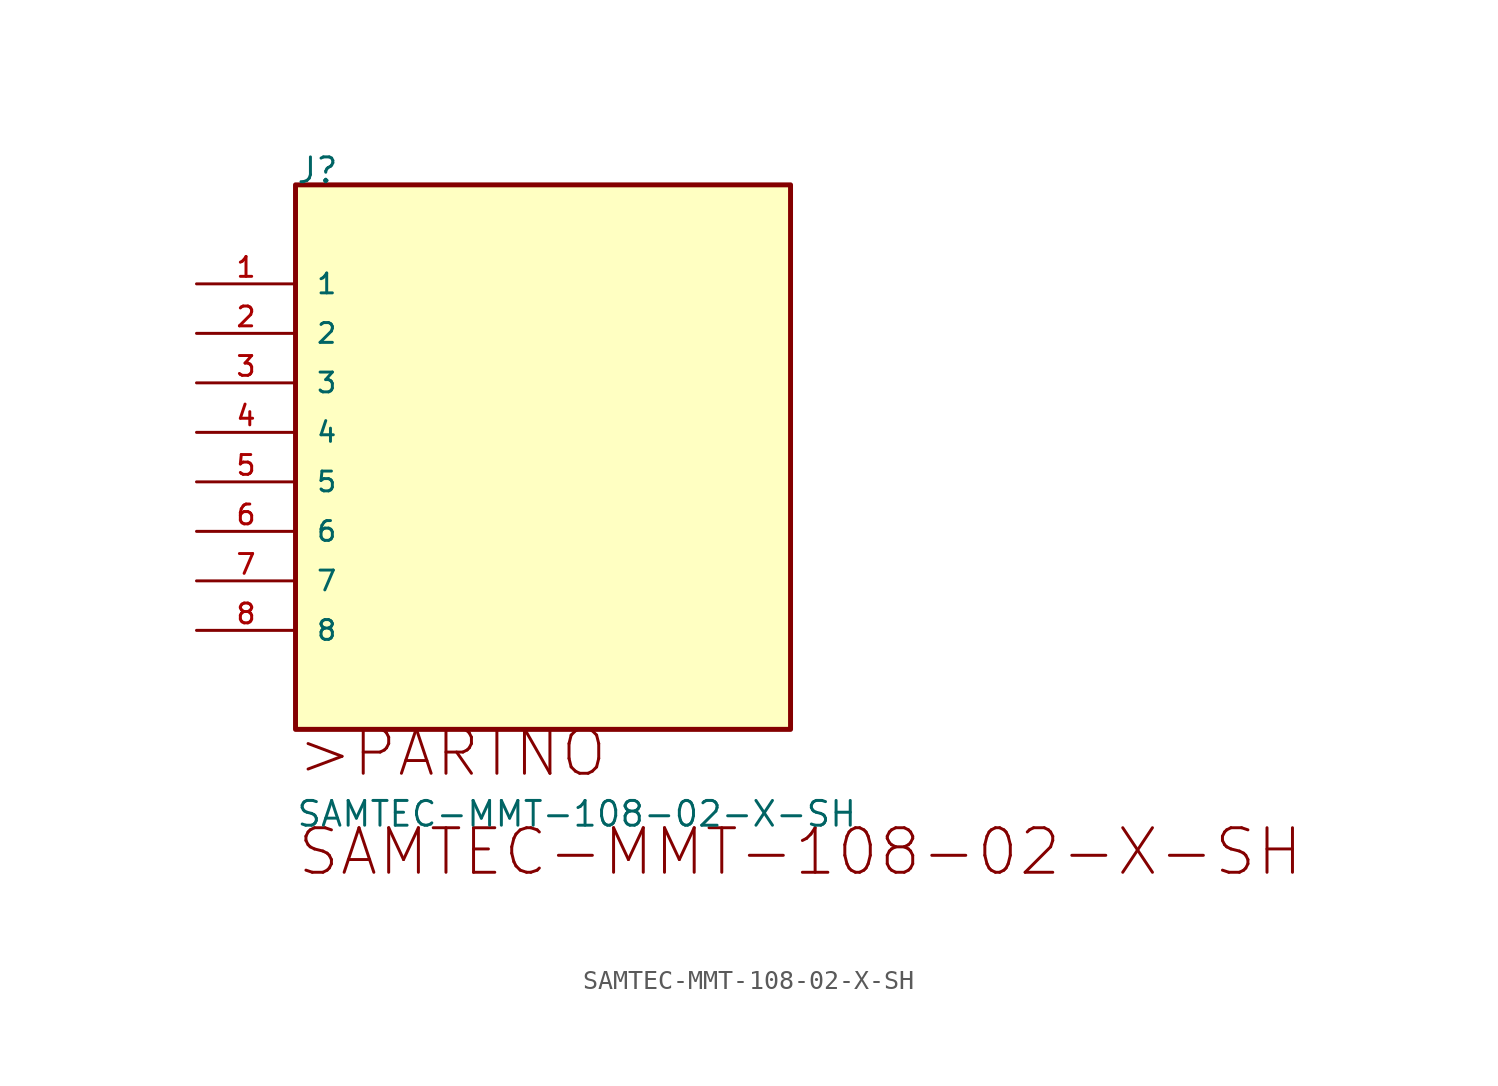
<source format=kicad_sym>
(kicad_symbol_lib
  (version 20211014)
  (generator kicad_symbol_editor)
  (symbol "SAMTEC-MMT-108-02-X-SH"
    (pin_names
      (offset 1.016))
    (property "Reference" "J"
      (at 0.0 5.08 0)
      (effects (font (size 1.27 1.27)) (justify bottom left)))
    (property "Value" "SAMTEC-MMT-108-02-X-SH"
      (at 0.0 -27.94 0)
      (effects (font (size 1.27 1.27)) (justify bottom left)))
    (symbol "SAMTEC-MMT-108-02-X-SH_0_0"
      (text ">PARTNO" (at 0.0 -25.4 0) (effects (font (size 2.286 2.286)) (justify bottom left)))
      (text "SAMTEC-MMT-108-02-X-SH" (at 0.0 -30.48 0) (effects (font (size 2.286 2.286)) (justify bottom left)))
      (rectangle (start 0.0 -22.86) (end 25.4 5.08) (stroke (width 0.254)) (fill (type background)))
      (pin bidirectional line (at -5.08 -0.0 0) (length 5.08) (name "1" (effects (font (size 1.016 1.016)))) (number "1" (effects (font (size 1.016 1.016)))))
      (pin bidirectional line (at -5.08 -2.54 0) (length 5.08) (name "2" (effects (font (size 1.016 1.016)))) (number "2" (effects (font (size 1.016 1.016)))))
      (pin bidirectional line (at -5.08 -5.08 0) (length 5.08) (name "3" (effects (font (size 1.016 1.016)))) (number "3" (effects (font (size 1.016 1.016)))))
      (pin bidirectional line (at -5.08 -7.62 0) (length 5.08) (name "4" (effects (font (size 1.016 1.016)))) (number "4" (effects (font (size 1.016 1.016)))))
      (pin bidirectional line (at -5.08 -10.16 0) (length 5.08) (name "5" (effects (font (size 1.016 1.016)))) (number "5" (effects (font (size 1.016 1.016)))))
      (pin bidirectional line (at -5.08 -12.7 0) (length 5.08) (name "6" (effects (font (size 1.016 1.016)))) (number "6" (effects (font (size 1.016 1.016)))))
      (pin bidirectional line (at -5.08 -15.24 0) (length 5.08) (name "7" (effects (font (size 1.016 1.016)))) (number "7" (effects (font (size 1.016 1.016)))))
      (pin bidirectional line (at -5.08 -17.78 0) (length 5.08) (name "8" (effects (font (size 1.016 1.016)))) (number "8" (effects (font (size 1.016 1.016))))))))
</source>
